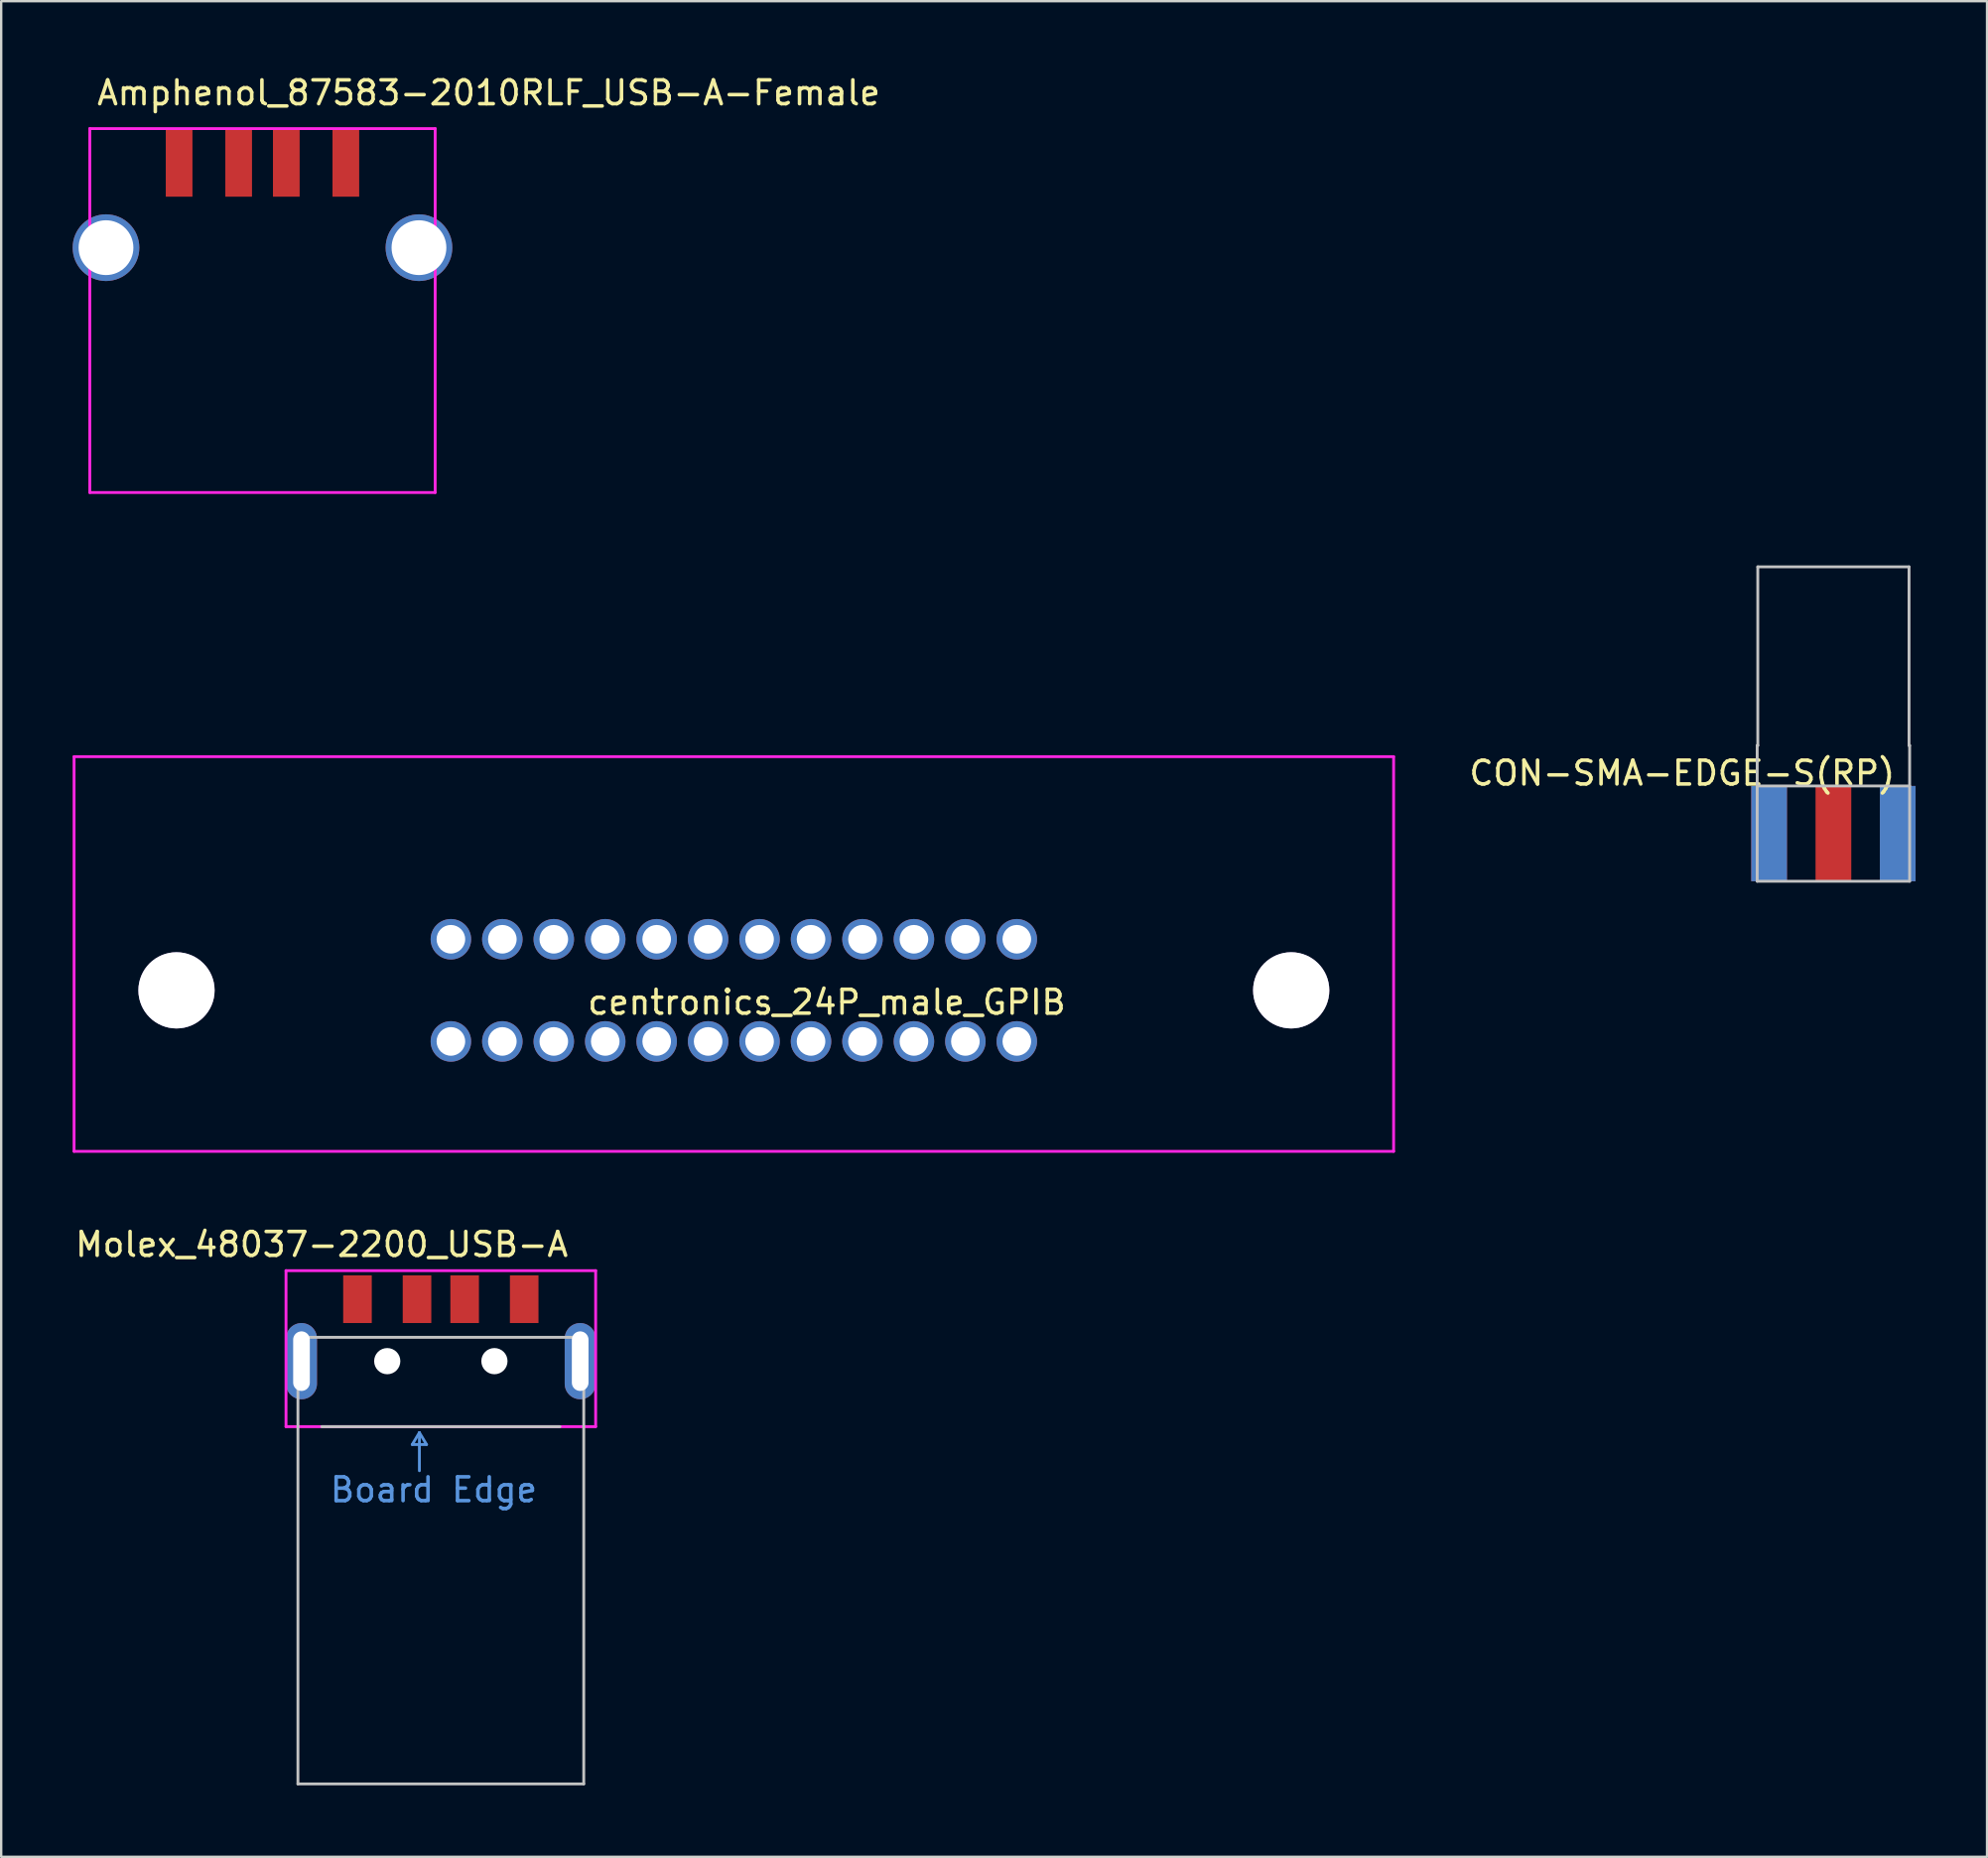
<source format=kicad_pcb>
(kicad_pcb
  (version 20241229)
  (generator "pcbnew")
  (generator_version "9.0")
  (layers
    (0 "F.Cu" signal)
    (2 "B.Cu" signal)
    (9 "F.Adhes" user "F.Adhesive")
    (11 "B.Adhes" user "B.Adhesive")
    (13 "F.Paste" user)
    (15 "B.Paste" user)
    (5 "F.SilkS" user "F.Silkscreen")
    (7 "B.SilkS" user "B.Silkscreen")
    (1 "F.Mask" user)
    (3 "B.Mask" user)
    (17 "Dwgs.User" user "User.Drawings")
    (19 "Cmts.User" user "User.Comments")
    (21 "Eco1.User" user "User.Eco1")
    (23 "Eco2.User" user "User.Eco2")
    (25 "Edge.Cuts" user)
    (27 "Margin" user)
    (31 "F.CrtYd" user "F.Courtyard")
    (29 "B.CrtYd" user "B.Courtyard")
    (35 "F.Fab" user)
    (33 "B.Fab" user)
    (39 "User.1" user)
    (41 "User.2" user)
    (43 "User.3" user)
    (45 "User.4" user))
  (footprint "Molex_48037-2200_USB-A"
    (layer "F.Cu")
    (at 15.458 54.096)
    (property "Reference" "Molex_48037-2200_USB-A" (at -5 -4.9 0) (layer "F.SilkS") (effects (font (size 1 1) (thickness 0.15))))
    (attr through_hole)
    (fp_line (start -6 -1) (end -6 17.75) (stroke (width 0.12) (type solid)) (layer "Dwgs.User"))
    (fp_line (start -6 17.75) (end 6 17.75) (stroke (width 0.12) (type solid)) (layer "Dwgs.User"))
    (fp_line (start -5 2.75) (end 5 2.75) (stroke (width 0.12) (type solid)) (layer "Dwgs.User"))
    (fp_line (start 6 -1) (end -6 -1) (stroke (width 0.12) (type solid)) (layer "Dwgs.User"))
    (fp_line (start 6 17.75) (end 6 -1) (stroke (width 0.12) (type solid)) (layer "Dwgs.User"))
    (fp_line (start -1.2 3.5) (end -0.6 3.5) (stroke (width 0.12) (type solid)) (layer "Cmts.User"))
    (fp_line (start -0.9 3) (end -1.2 3.5) (stroke (width 0.12) (type solid)) (layer "Cmts.User"))
    (fp_line (start -0.9 4.6) (end -0.9 3) (stroke (width 0.12) (type solid)) (layer "Cmts.User"))
    (fp_line (start -0.6 3.5) (end -0.9 3) (stroke (width 0.12) (type solid)) (layer "Cmts.User"))
    (fp_line (start -6.5 -3.8) (end 6.5 -3.8) (stroke (width 0.12) (type solid)) (layer "F.CrtYd"))
    (fp_line (start -6.5 2.75) (end -6.5 -3.8) (stroke (width 0.12) (type solid)) (layer "F.CrtYd"))
    (fp_line (start 6.5 -3.8) (end 6.5 2.75) (stroke (width 0.12) (type solid)) (layer "F.CrtYd"))
    (fp_line (start 6.5 2.75) (end -6.5 2.75) (stroke (width 0.12) (type solid)) (layer "F.CrtYd"))
    (fp_text user "Board Edge" (at -0.3 5.4 0) (layer "Cmts.User") (effects (font (size 1 1) (thickness 0.15))))
    (pad "" np_thru_hole circle (at -2.25 0) (size 1.1 1.1) (drill 1.1) (layers "*.Mask" "F.Cu"))
    (pad "" np_thru_hole circle (at 2.25 0) (size 1.1 1.1) (drill 1.1) (layers "*.Cu" "*.Mask"))
    (pad "1" connect rect (at 3.5 -2.6) (size 1.2 2) (layers "F.Cu" "F.Mask"))
    (pad "2" connect rect (at 1 -2.6) (size 1.2 2) (layers "F.Cu" "F.Mask"))
    (pad "3" connect rect (at -1 -2.6) (size 1.2 2) (layers "F.Cu" "F.Mask"))
    (pad "4" connect rect (at -3.5 -2.6) (size 1.2 2) (layers "F.Cu" "F.Mask"))
    (pad "5" thru_hole oval (at -5.85 0) (size 1.3 3.2) (drill oval 0.7 2.5) (layers "*.Cu" "*.Mask"))
    (pad "5" thru_hole oval (at 5.85 0) (size 1.3 3.2) (drill oval 0.7 2.5) (layers "*.Cu" "*.Mask")))
  (footprint "centronics_24P_male_GPIB"
    (layer "F.Cu")
    (at 27.76 38.528)
    (property "Reference" "centronics_24P_male_GPIB" (at 3.9 0.5 0) (layer "F.SilkS") (effects (font (size 1 1) (thickness 0.15))))
    (attr through_hole)
    (fp_line (start -20.32 -17.78) (end -20.32 -10.16) (stroke (width 0.12) (type solid)) (layer "Eco1.User"))
    (fp_line (start -20.32 -10.16) (end 20.32 -10.16) (stroke (width 0.12) (type solid)) (layer "Eco1.User"))
    (fp_line (start 20.32 -17.78) (end -20.32 -17.78) (stroke (width 0.12) (type solid)) (layer "Eco1.User"))
    (fp_line (start 20.32 -10.16) (end 20.32 -17.78) (stroke (width 0.12) (type solid)) (layer "Eco1.User"))
    (fp_line (start -27.7 -9.81) (end 27.7 -9.81) (stroke (width 0.12) (type solid)) (layer "F.CrtYd"))
    (fp_line (start -27.7 6.76) (end -27.7 -9.81) (stroke (width 0.12) (type solid)) (layer "F.CrtYd"))
    (fp_line (start 27.7 -9.81) (end 27.7 6.76) (stroke (width 0.12) (type solid)) (layer "F.CrtYd"))
    (fp_line (start 27.7 6.76) (end -27.7 6.76) (stroke (width 0.12) (type solid)) (layer "F.CrtYd"))
    (pad "1" thru_hole circle (at 11.88 2.145) (size 1.7 1.7) (drill 1.2) (layers "*.Cu" "*.Mask"))
    (pad "2" thru_hole circle (at 9.72 2.145) (size 1.7 1.7) (drill 1.2) (layers "*.Cu" "*.Mask"))
    (pad "3" thru_hole circle (at 7.56 2.145) (size 1.7 1.7) (drill 1.2) (layers "*.Cu" "*.Mask"))
    (pad "4" thru_hole circle (at 5.4 2.145) (size 1.7 1.7) (drill 1.2) (layers "*.Cu" "*.Mask"))
    (pad "5" thru_hole circle (at 3.24 2.145) (size 1.7 1.7) (drill 1.2) (layers "*.Cu" "*.Mask"))
    (pad "6" thru_hole circle (at 1.08 2.145) (size 1.7 1.7) (drill 1.2) (layers "*.Cu" "*.Mask"))
    (pad "7" thru_hole circle (at -1.08 2.145) (size 1.7 1.7) (drill 1.2) (layers "*.Cu" "*.Mask"))
    (pad "8" thru_hole circle (at -3.24 2.145) (size 1.7 1.7) (drill 1.2) (layers "*.Cu" "*.Mask"))
    (pad "9" thru_hole circle (at -5.4 2.145) (size 1.7 1.7) (drill 1.2) (layers "*.Cu" "*.Mask"))
    (pad "10" thru_hole circle (at -7.56 2.145) (size 1.7 1.7) (drill 1.2) (layers "*.Cu" "*.Mask"))
    (pad "11" thru_hole circle (at -9.72 2.145) (size 1.7 1.7) (drill 1.2) (layers "*.Cu" "*.Mask"))
    (pad "12" thru_hole circle (at -11.88 2.145) (size 1.7 1.7) (drill 1.2) (layers "*.Cu" "*.Mask"))
    (pad "13" thru_hole circle (at 11.88 -2.145) (size 1.7 1.7) (drill 1.2) (layers "*.Cu" "*.Mask"))
    (pad "14" thru_hole circle (at 9.72 -2.145) (size 1.7 1.7) (drill 1.2) (layers "*.Cu" "*.Mask"))
    (pad "15" thru_hole circle (at 7.56 -2.145) (size 1.7 1.7) (drill 1.2) (layers "*.Cu" "*.Mask"))
    (pad "16" thru_hole circle (at 5.4 -2.145) (size 1.7 1.7) (drill 1.2) (layers "*.Cu" "*.Mask"))
    (pad "17" thru_hole circle (at 3.24 -2.145) (size 1.7 1.7) (drill 1.2) (layers "*.Cu" "*.Mask"))
    (pad "18" thru_hole circle (at 1.08 -2.145) (size 1.7 1.7) (drill 1.2) (layers "*.Cu" "*.Mask"))
    (pad "19" thru_hole circle (at -1.08 -2.145) (size 1.7 1.7) (drill 1.2) (layers "*.Cu" "*.Mask"))
    (pad "20" thru_hole circle (at -3.24 -2.145) (size 1.7 1.7) (drill 1.2) (layers "*.Cu" "*.Mask"))
    (pad "21" thru_hole circle (at -5.4 -2.145) (size 1.7 1.7) (drill 1.2) (layers "*.Cu" "*.Mask"))
    (pad "22" thru_hole circle (at -7.56 -2.145) (size 1.7 1.7) (drill 1.2) (layers "*.Cu" "*.Mask"))
    (pad "23" thru_hole circle (at -9.72 -2.145) (size 1.7 1.7) (drill 1.2) (layers "*.Cu" "*.Mask"))
    (pad "24" thru_hole circle (at -11.88 -2.145) (size 1.7 1.7) (drill 1.2) (layers "*.Cu" "*.Mask"))
    (pad "25" thru_hole circle (at 23.4 0) (size 3.2 3.2) (drill 3.2) (layers "*.Cu" "*.Mask"))
    (pad "26" thru_hole circle (at -23.4 0) (size 3.2 3.2) (drill 3.2) (layers "*.Cu" "*.Mask")))
  (footprint "Amphenol_87583-2010RLF_USB-A-Female"
    (layer "F.Cu")
    (at 7.97 7.348)
    (property "Reference" "Amphenol_87583-2010RLF_USB-A-Female" (at 9.5 -6.5 0) (layer "F.SilkS") (effects (font (size 1 1) (thickness 0.15))))
    (attr through_hole)
    (fp_line (start -7.25 -5) (end 7.25 -5) (stroke (width 0.12) (type solid)) (layer "F.CrtYd"))
    (fp_line (start -7.25 10.28) (end -7.25 -5) (stroke (width 0.12) (type solid)) (layer "F.CrtYd"))
    (fp_line (start 7.25 -5) (end 7.25 10.28) (stroke (width 0.12) (type solid)) (layer "F.CrtYd"))
    (fp_line (start 7.25 10.28) (end -7.25 10.28) (stroke (width 0.12) (type solid)) (layer "F.CrtYd"))
    (pad "1" connect rect (at -3.5 -3.58) (size 1.12 2.88) (layers "F.Cu" "F.Mask"))
    (pad "2" connect rect (at -1 -3.58) (size 1.12 2.88) (layers "F.Cu" "F.Mask"))
    (pad "3" connect rect (at 1 -3.58) (size 1.12 2.88) (layers "F.Cu" "F.Mask"))
    (pad "4" connect rect (at 3.5 -3.58) (size 1.12 2.88) (layers "F.Cu" "F.Mask"))
    (pad "5" thru_hole circle (at -6.57 0) (size 2.8 2.8) (drill 2.3) (layers "*.Cu" "*.Mask"))
    (pad "5" thru_hole circle (at 6.57 0) (size 2.8 2.8) (drill 2.3) (layers "*.Cu" "*.Mask")))
  (footprint "CON-SMA-EDGE-S(RP)"
    (layer "F.Cu")
    (at 73.924 31.948)
    (property "Reference" "CON-SMA-EDGE-S(RP)" (at -6.35 -2.54 0) (layer "F.SilkS") (effects (font (size 1 1) (thickness 0.15))))
    (attr through_hole)
    (fp_line (start -3.2 -3.7) (end -3.175 -3.7) (stroke (width 0.12) (type solid)) (layer "Dwgs.User"))
    (fp_line (start -3.2 -2) (end 3.2 -2) (stroke (width 0.12) (type solid)) (layer "Dwgs.User"))
    (fp_line (start -3.2 2) (end -3.2 -3.7) (stroke (width 0.12) (type solid)) (layer "Dwgs.User"))
    (fp_line (start -3.175 -11.2) (end 3.175 -11.2) (stroke (width 0.12) (type solid)) (layer "Dwgs.User"))
    (fp_line (start -3.175 -3.7) (end -3.175 -11.2) (stroke (width 0.12) (type solid)) (layer "Dwgs.User"))
    (fp_line (start 3.175 -11.2) (end 3.175 -3.7) (stroke (width 0.12) (type solid)) (layer "Dwgs.User"))
    (fp_line (start 3.175 -3.7) (end 3.2 -3.7) (stroke (width 0.12) (type solid)) (layer "Dwgs.User"))
    (fp_line (start 3.2 -3.7) (end 3.2 2) (stroke (width 0.12) (type solid)) (layer "Dwgs.User"))
    (fp_line (start 3.2 2) (end -3.2 2) (stroke (width 0.12) (type solid)) (layer "Dwgs.User"))
    (pad "1" connect rect (at 0 0) (size 1.5 4) (layers "F.Cu" "F.Mask"))
    (pad "2" connect rect (at -2.7 0) (size 1.5 4) (layers "F.Cu" "F.Mask"))
    (pad "2" connect rect (at -2.7 0) (size 1.5 4) (layers "B.Cu" "B.Mask"))
    (pad "2" connect rect (at 2.7 0) (size 1.5 4) (layers "F.Cu" "F.Mask"))
    (pad "2" connect rect (at 2.7 0) (size 1.5 4) (layers "B.Cu" "B.Mask")))
  (gr_rect
    (start -3 -3)
    (end 80.374 74.906)
    (stroke (width 0.1) (type default))
    (fill no)
    (layer "Edge.Cuts")))
</source>
